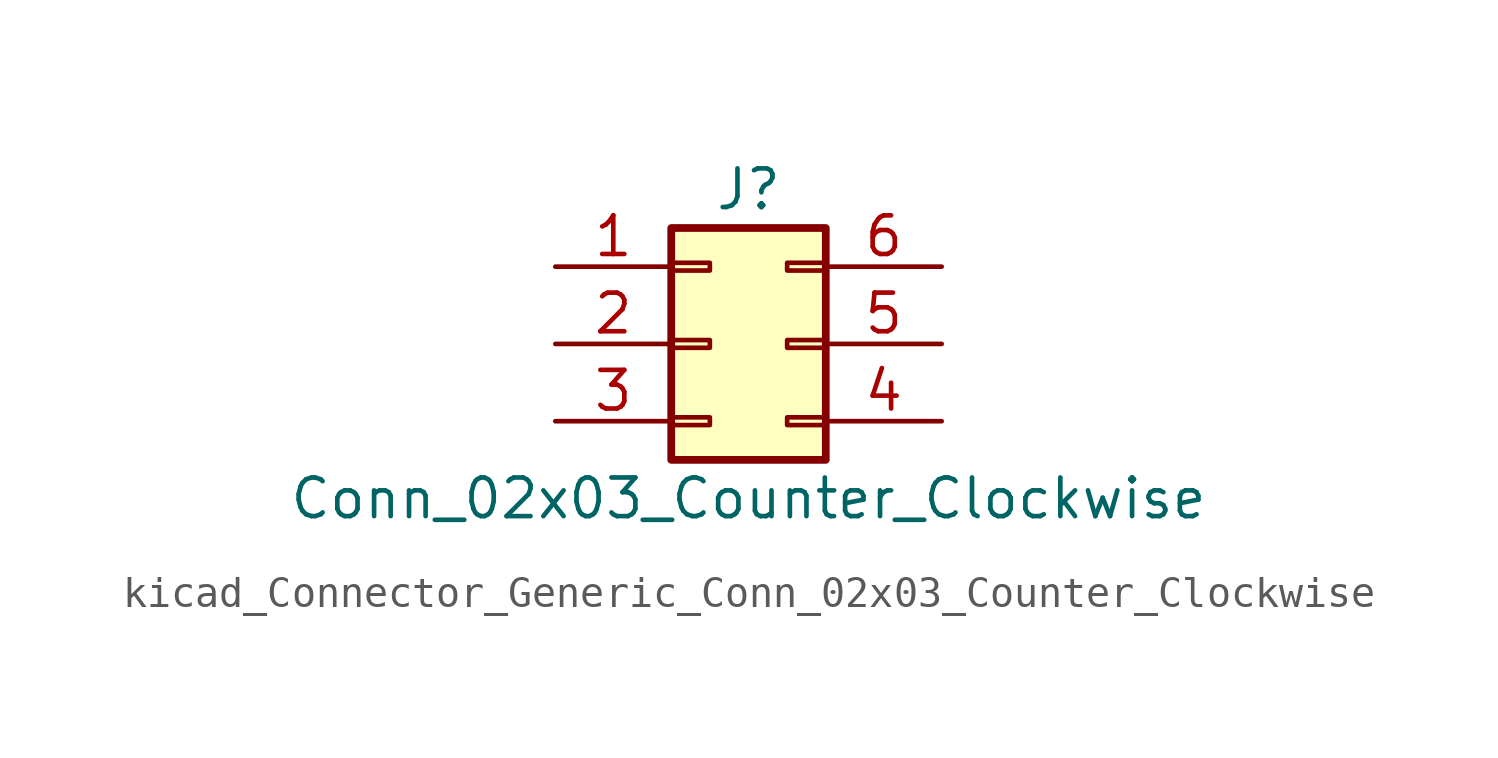
<source format=kicad_sym>
(kicad_symbol_lib
  (version 20220914)
  (generator kicad_symbol_editor)
  (symbol "kicad_Connector_Generic_Conn_02x03_Counter_Clockwise"
    (pin_names
      (offset 1.016) hide)
    (property "Reference" "J"
      (at 1.27 5.08 0)
      (effects (font (size 1.27 1.27))))
    (property "Value" "Conn_02x03_Counter_Clockwise"
      (at 1.27 -5.08 0)
      (effects (font (size 1.27 1.27))))
    (symbol "kicad_Connector_Generic_Conn_02x03_Counter_Clockwise_1_1"
      (rectangle (start -1.27 -2.413) (end 0 -2.667) (stroke (width 0.152) (type default)) (fill (type none)))
      (rectangle (start -1.27 0.127) (end 0 -0.127) (stroke (width 0.152) (type default)) (fill (type none)))
      (rectangle (start -1.27 2.667) (end 0 2.413) (stroke (width 0.152) (type default)) (fill (type none)))
      (rectangle (start -1.27 3.81) (end 3.81 -3.81) (stroke (width 0.254) (type default)) (fill (type background)))
      (rectangle (start 3.81 -2.413) (end 2.54 -2.667) (stroke (width 0.152) (type default)) (fill (type none)))
      (rectangle (start 3.81 0.127) (end 2.54 -0.127) (stroke (width 0.152) (type default)) (fill (type none)))
      (rectangle (start 3.81 2.667) (end 2.54 2.413) (stroke (width 0.152) (type default)) (fill (type none)))
      (pin passive line (at -5.08 2.54 0) (length 3.81) (name "Pin_1" (effects (font (size 1.27 1.27)))) (number "1" (effects (font (size 1.27 1.27)))))
      (pin passive line (at -5.08 0 0) (length 3.81) (name "Pin_2" (effects (font (size 1.27 1.27)))) (number "2" (effects (font (size 1.27 1.27)))))
      (pin passive line (at -5.08 -2.54 0) (length 3.81) (name "Pin_3" (effects (font (size 1.27 1.27)))) (number "3" (effects (font (size 1.27 1.27)))))
      (pin passive line (at 7.62 -2.54 180) (length 3.81) (name "Pin_4" (effects (font (size 1.27 1.27)))) (number "4" (effects (font (size 1.27 1.27)))))
      (pin passive line (at 7.62 0 180) (length 3.81) (name "Pin_5" (effects (font (size 1.27 1.27)))) (number "5" (effects (font (size 1.27 1.27)))))
      (pin passive line (at 7.62 2.54 180) (length 3.81) (name "Pin_6" (effects (font (size 1.27 1.27)))) (number "6" (effects (font (size 1.27 1.27))))))))
</source>
